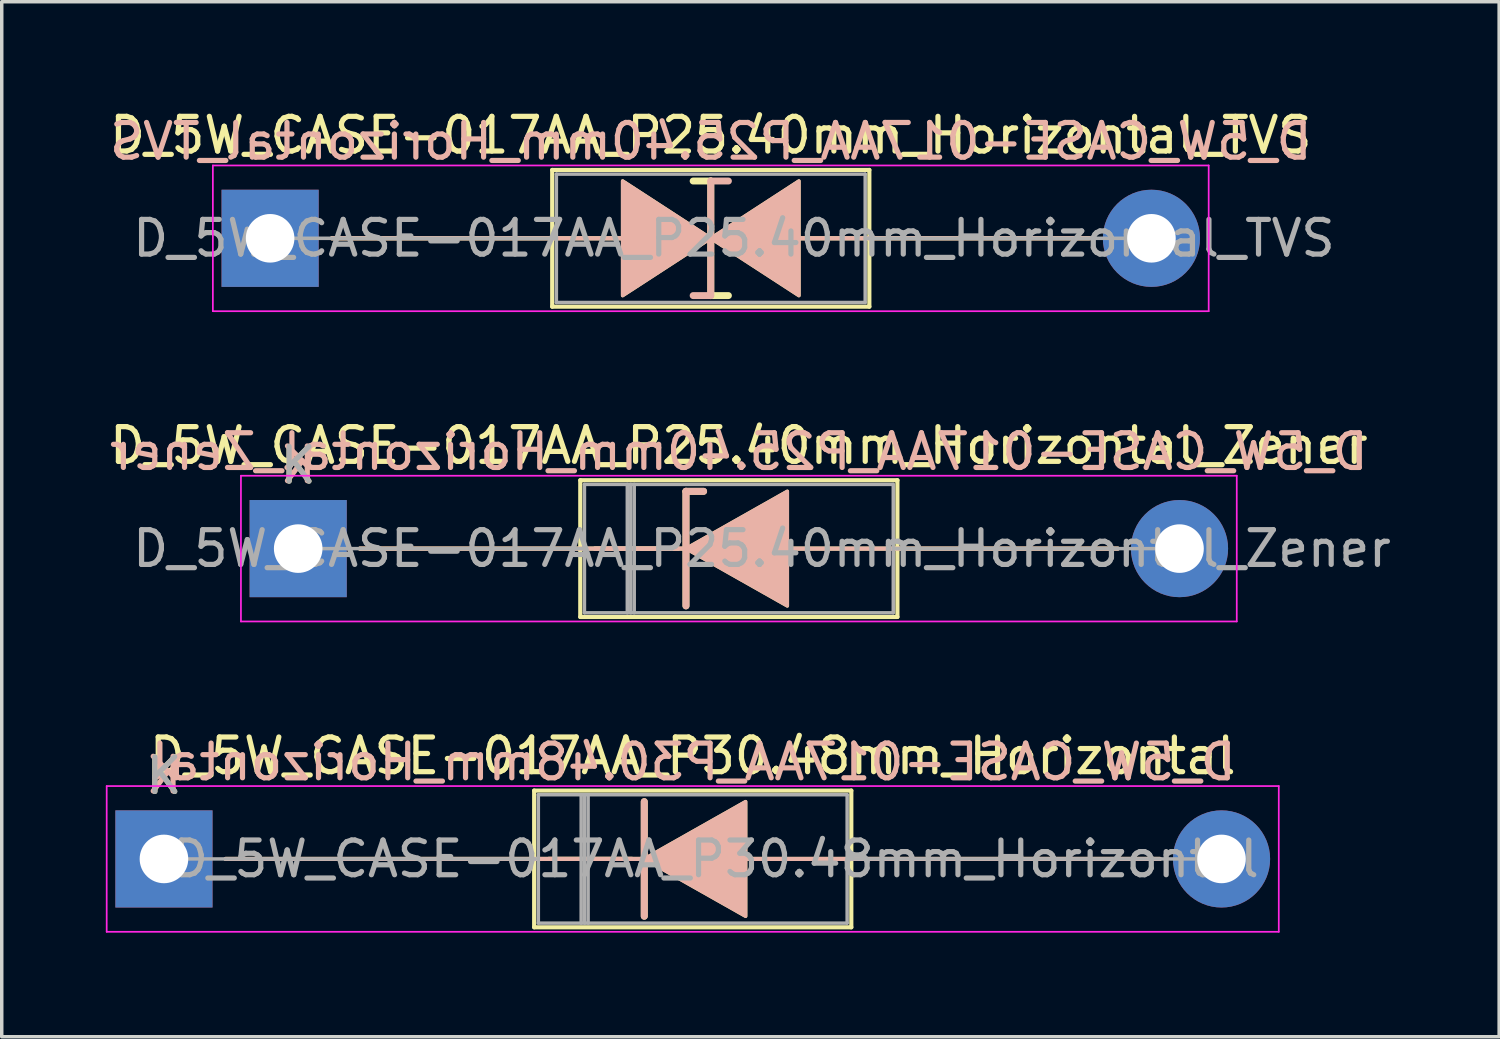
<source format=kicad_pcb>
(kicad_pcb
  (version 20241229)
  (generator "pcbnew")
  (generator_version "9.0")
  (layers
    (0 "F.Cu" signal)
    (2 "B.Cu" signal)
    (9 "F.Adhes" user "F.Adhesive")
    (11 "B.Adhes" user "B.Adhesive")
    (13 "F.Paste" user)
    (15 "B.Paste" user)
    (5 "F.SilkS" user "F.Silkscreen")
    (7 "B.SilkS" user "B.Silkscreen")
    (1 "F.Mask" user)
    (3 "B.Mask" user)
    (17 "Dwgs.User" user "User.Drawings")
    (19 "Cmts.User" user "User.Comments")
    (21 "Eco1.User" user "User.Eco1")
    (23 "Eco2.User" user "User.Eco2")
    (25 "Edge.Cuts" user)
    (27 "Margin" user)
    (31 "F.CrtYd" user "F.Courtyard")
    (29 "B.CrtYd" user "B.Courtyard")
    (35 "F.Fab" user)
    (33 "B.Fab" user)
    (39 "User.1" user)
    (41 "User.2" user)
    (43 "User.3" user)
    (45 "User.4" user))
  (footprint "D_5W_CASE-017AA_P25.40mm_Horizontal_Zener"
    (layer "F.Cu")
    (at 5.544 12.761)
    (property "Reference" "D_5W_CASE-017AA_P25.40mm_Horizontal_Zener" (at 12.7 -2.97 0) (layer "F.SilkS") (effects (font (size 1 1) (thickness 0.15))))
    (fp_line (start 1.778 0) (end 10.95 0) (stroke (width 0.12) (type solid)) (layer "F.SilkS"))
    (fp_line (start 8.13 -1.97) (end 8.13 1.97) (stroke (width 0.12) (type solid)) (layer "F.SilkS"))
    (fp_line (start 8.13 1.97) (end 17.27 1.97) (stroke (width 0.12) (type solid)) (layer "F.SilkS"))
    (fp_line (start 11.176 -1.651) (end 11.176 1.651) (stroke (width 0.2) (type solid)) (layer "F.SilkS"))
    (fp_line (start 11.176 -1.651) (end 11.684 -1.651) (stroke (width 0.2) (type solid)) (layer "F.SilkS"))
    (fp_line (start 11.176 0) (end 8.55 0) (stroke (width 0.12) (type solid)) (layer "F.SilkS"))
    (fp_line (start 17.27 -1.97) (end 8.13 -1.97) (stroke (width 0.12) (type solid)) (layer "F.SilkS"))
    (fp_line (start 17.27 1.97) (end 17.27 -1.97) (stroke (width 0.12) (type solid)) (layer "F.SilkS"))
    (fp_line (start 23.622 0) (end 13.97 0) (stroke (width 0.12) (type solid)) (layer "F.SilkS"))
    (fp_poly (pts (xy 14.097 1.651) (xy 11.176 0) (xy 14.097 -1.651)) (stroke (width 0.1) (type solid)) (fill yes) (layer "F.SilkS"))
    (fp_line (start 1.778 0) (end 10.95 0) (stroke (width 0.12) (type solid)) (layer "B.SilkS"))
    (fp_line (start 11.176 -1.651) (end 11.684 -1.651) (stroke (width 0.2) (type solid)) (layer "B.SilkS"))
    (fp_line (start 11.176 0) (end 8.55 0) (stroke (width 0.12) (type solid)) (layer "B.SilkS"))
    (fp_line (start 11.176 1.651) (end 11.176 -1.651) (stroke (width 0.2) (type solid)) (layer "B.SilkS"))
    (fp_line (start 23.622 0) (end 13.97 0) (stroke (width 0.12) (type solid)) (layer "B.SilkS"))
    (fp_poly (pts (xy 14.097 -1.651) (xy 11.176 0) (xy 14.097 1.651)) (stroke (width 0.1) (type solid)) (fill yes) (layer "B.SilkS"))
    (fp_line (start -1.65 -2.1) (end -1.65 2.1) (stroke (width 0.05) (type solid)) (layer "F.CrtYd"))
    (fp_line (start -1.65 2.1) (end 27.05 2.1) (stroke (width 0.05) (type solid)) (layer "F.CrtYd"))
    (fp_line (start 27.05 -2.1) (end -1.65 -2.1) (stroke (width 0.05) (type solid)) (layer "F.CrtYd"))
    (fp_line (start 27.05 2.1) (end 27.05 -2.1) (stroke (width 0.05) (type solid)) (layer "F.CrtYd"))
    (fp_line (start 0 0) (end 8.25 0) (stroke (width 0.1) (type solid)) (layer "F.Fab"))
    (fp_line (start 8.25 -1.85) (end 8.25 1.85) (stroke (width 0.1) (type solid)) (layer "F.Fab"))
    (fp_line (start 8.25 1.85) (end 17.15 1.85) (stroke (width 0.1) (type solid)) (layer "F.Fab"))
    (fp_line (start 9.485 -1.85) (end 9.485 1.85) (stroke (width 0.1) (type solid)) (layer "F.Fab"))
    (fp_line (start 9.585 -1.85) (end 9.585 1.85) (stroke (width 0.1) (type solid)) (layer "F.Fab"))
    (fp_line (start 9.685 -1.85) (end 9.685 1.85) (stroke (width 0.1) (type solid)) (layer "F.Fab"))
    (fp_line (start 17.15 -1.85) (end 8.25 -1.85) (stroke (width 0.1) (type solid)) (layer "F.Fab"))
    (fp_line (start 17.15 1.85) (end 17.15 -1.85) (stroke (width 0.1) (type solid)) (layer "F.Fab"))
    (fp_line (start 25.4 0) (end 17.15 0) (stroke (width 0.1) (type solid)) (layer "F.Fab"))
    (fp_text user "K" (at 0 -2.4 0) (layer "F.SilkS") (effects (font (size 1 1) (thickness 0.15))))
    (fp_text user "K" (at 0 -2.413 0) (layer "B.SilkS") (effects (font (size 1 1) (thickness 0.15)) (justify mirror)))
    (fp_text user "${REFERENCE}" (at 12.7 -2.794 0) (layer "B.SilkS") (effects (font (size 1 1) (thickness 0.15)) (justify mirror)))
    (fp_text user "${REFERENCE}" (at 13.367 0 0) (layer "F.Fab") (effects (font (size 1 1) (thickness 0.15))))
    (fp_text user "K" (at 0 -2.4 0) (layer "F.Fab") (effects (font (size 1 1) (thickness 0.15))))
    (pad "1" thru_hole rect (at 0 0) (size 2.8 2.8) (drill 1.4) (layers "*.Cu" "*.Mask"))
    (pad "2" thru_hole oval (at 25.4 0) (size 2.8 2.8) (drill 1.4) (layers "*.Cu" "*.Mask")))
  (footprint "D_5W_CASE-017AA_P25.40mm_Horizontal_TVS"
    (layer "F.Cu")
    (at 4.735 3.818)
    (property "Reference" "D_5W_CASE-017AA_P25.40mm_Horizontal_TVS" (at 12.7 -2.97 0) (layer "F.SilkS") (effects (font (size 1 1) (thickness 0.15))))
    (fp_line (start 1.778 0) (end 8.13 0) (stroke (width 0.12) (type solid)) (layer "F.SilkS"))
    (fp_line (start 8.128 0) (end 10.16 0) (stroke (width 0.12) (type solid)) (layer "F.SilkS"))
    (fp_line (start 8.13 -1.97) (end 8.13 1.97) (stroke (width 0.12) (type solid)) (layer "F.SilkS"))
    (fp_line (start 8.13 1.97) (end 17.27 1.97) (stroke (width 0.12) (type solid)) (layer "F.SilkS"))
    (fp_line (start 12.7 -1.651) (end 12.192 -1.651) (stroke (width 0.2) (type solid)) (layer "F.SilkS"))
    (fp_line (start 12.7 1.651) (end 12.7 -1.651) (stroke (width 0.2) (type solid)) (layer "F.SilkS"))
    (fp_line (start 13.208 1.651) (end 12.7 1.651) (stroke (width 0.2) (type solid)) (layer "F.SilkS"))
    (fp_line (start 17.27 -1.97) (end 8.13 -1.97) (stroke (width 0.12) (type solid)) (layer "F.SilkS"))
    (fp_line (start 17.27 0) (end 15.24 0) (stroke (width 0.12) (type solid)) (layer "F.SilkS"))
    (fp_line (start 17.27 1.97) (end 17.27 -1.97) (stroke (width 0.12) (type solid)) (layer "F.SilkS"))
    (fp_line (start 23.622 0) (end 17.27 0) (stroke (width 0.12) (type solid)) (layer "F.SilkS"))
    (fp_poly (pts (xy 12.7 0) (xy 10.16 1.651) (xy 10.16 -1.651)) (stroke (width 0.1) (type solid)) (fill yes) (layer "F.SilkS"))
    (fp_poly (pts (xy 12.7 0) (xy 15.24 -1.651) (xy 15.24 1.651)) (stroke (width 0.1) (type solid)) (fill yes) (layer "F.SilkS"))
    (fp_line (start 1.778 0) (end 8.13 0) (stroke (width 0.12) (type solid)) (layer "B.SilkS"))
    (fp_line (start 8.128 0) (end 10.16 0) (stroke (width 0.12) (type solid)) (layer "B.SilkS"))
    (fp_line (start 12.7 -1.651) (end 12.7 1.651) (stroke (width 0.2) (type solid)) (layer "B.SilkS"))
    (fp_line (start 12.7 1.651) (end 12.192 1.651) (stroke (width 0.2) (type solid)) (layer "B.SilkS"))
    (fp_line (start 13.208 -1.651) (end 12.7 -1.651) (stroke (width 0.2) (type solid)) (layer "B.SilkS"))
    (fp_line (start 17.27 0) (end 15.24 0) (stroke (width 0.12) (type solid)) (layer "B.SilkS"))
    (fp_line (start 23.622 0) (end 17.27 0) (stroke (width 0.12) (type solid)) (layer "B.SilkS"))
    (fp_poly (pts (xy 12.7 0) (xy 10.16 -1.651) (xy 10.16 1.651)) (stroke (width 0.1) (type solid)) (fill yes) (layer "B.SilkS"))
    (fp_poly (pts (xy 12.7 0) (xy 15.24 1.651) (xy 15.24 -1.651)) (stroke (width 0.1) (type solid)) (fill yes) (layer "B.SilkS"))
    (fp_line (start -1.65 -2.1) (end -1.65 2.1) (stroke (width 0.05) (type solid)) (layer "F.CrtYd"))
    (fp_line (start -1.65 2.1) (end 27.05 2.1) (stroke (width 0.05) (type solid)) (layer "F.CrtYd"))
    (fp_line (start 27.05 -2.1) (end -1.65 -2.1) (stroke (width 0.05) (type solid)) (layer "F.CrtYd"))
    (fp_line (start 27.05 2.1) (end 27.05 -2.1) (stroke (width 0.05) (type solid)) (layer "F.CrtYd"))
    (fp_line (start 0 0) (end 8.25 0) (stroke (width 0.1) (type solid)) (layer "F.Fab"))
    (fp_line (start 8.25 -1.85) (end 8.25 1.85) (stroke (width 0.1) (type solid)) (layer "F.Fab"))
    (fp_line (start 8.25 1.85) (end 17.15 1.85) (stroke (width 0.1) (type solid)) (layer "F.Fab"))
    (fp_line (start 17.15 -1.85) (end 8.25 -1.85) (stroke (width 0.1) (type solid)) (layer "F.Fab"))
    (fp_line (start 17.15 1.85) (end 17.15 -1.85) (stroke (width 0.1) (type solid)) (layer "F.Fab"))
    (fp_line (start 25.4 0) (end 17.15 0) (stroke (width 0.1) (type solid)) (layer "F.Fab"))
    (fp_text user "${REFERENCE}" (at 12.7 -2.794 0) (layer "B.SilkS") (effects (font (size 1 1) (thickness 0.15)) (justify mirror)))
    (fp_text user "${REFERENCE}" (at 13.367 0 0) (layer "F.Fab") (effects (font (size 1 1) (thickness 0.15))))
    (pad "1" thru_hole rect (at 0 0) (size 2.8 2.8) (drill 1.4) (layers "*.Cu" "*.Mask"))
    (pad "2" thru_hole oval (at 25.4 0) (size 2.8 2.8) (drill 1.4) (layers "*.Cu" "*.Mask")))
  (footprint "D_5W_CASE-017AA_P30.48mm_Horizontal"
    (layer "F.Cu")
    (at 1.675 21.705)
    (property "Reference" "D_5W_CASE-017AA_P30.48mm_Horizontal" (at 15.24 -2.97 0) (layer "F.SilkS") (effects (font (size 1 1) (thickness 0.15))))
    (fp_line (start 1.778 0) (end 13.843 0) (stroke (width 0.12) (type solid)) (layer "F.SilkS"))
    (fp_line (start 10.67 -1.97) (end 10.67 1.97) (stroke (width 0.12) (type solid)) (layer "F.SilkS"))
    (fp_line (start 10.67 1.97) (end 19.81 1.97) (stroke (width 0.12) (type solid)) (layer "F.SilkS"))
    (fp_line (start 13.49 0) (end 11.09 0) (stroke (width 0.12) (type solid)) (layer "F.SilkS"))
    (fp_line (start 13.843 -1.651) (end 13.843 1.651) (stroke (width 0.2) (type solid)) (layer "F.SilkS"))
    (fp_line (start 19.81 -1.97) (end 10.67 -1.97) (stroke (width 0.12) (type solid)) (layer "F.SilkS"))
    (fp_line (start 19.81 1.97) (end 19.81 -1.97) (stroke (width 0.12) (type solid)) (layer "F.SilkS"))
    (fp_line (start 28.702 0) (end 16.51 0) (stroke (width 0.12) (type solid)) (layer "F.SilkS"))
    (fp_poly (pts (xy 16.764 1.651) (xy 13.843 0) (xy 16.764 -1.651)) (stroke (width 0.1) (type solid)) (fill yes) (layer "F.SilkS"))
    (fp_line (start 1.778 0) (end 13.843 0) (stroke (width 0.12) (type solid)) (layer "B.SilkS"))
    (fp_line (start 13.49 0) (end 11.09 0) (stroke (width 0.12) (type solid)) (layer "B.SilkS"))
    (fp_line (start 13.843 1.651) (end 13.843 -1.651) (stroke (width 0.2) (type solid)) (layer "B.SilkS"))
    (fp_line (start 28.702 0) (end 16.51 0) (stroke (width 0.12) (type solid)) (layer "B.SilkS"))
    (fp_poly (pts (xy 16.764 -1.651) (xy 13.843 0) (xy 16.764 1.651)) (stroke (width 0.1) (type solid)) (fill yes) (layer "B.SilkS"))
    (fp_line (start -1.65 -2.1) (end -1.65 2.1) (stroke (width 0.05) (type solid)) (layer "F.CrtYd"))
    (fp_line (start -1.65 2.1) (end 32.13 2.1) (stroke (width 0.05) (type solid)) (layer "F.CrtYd"))
    (fp_line (start 32.13 -2.1) (end -1.65 -2.1) (stroke (width 0.05) (type solid)) (layer "F.CrtYd"))
    (fp_line (start 32.13 2.1) (end 32.13 -2.1) (stroke (width 0.05) (type solid)) (layer "F.CrtYd"))
    (fp_line (start 0 0) (end 10.79 0) (stroke (width 0.1) (type solid)) (layer "F.Fab"))
    (fp_line (start 10.79 -1.85) (end 10.79 1.85) (stroke (width 0.1) (type solid)) (layer "F.Fab"))
    (fp_line (start 10.79 1.85) (end 19.69 1.85) (stroke (width 0.1) (type solid)) (layer "F.Fab"))
    (fp_line (start 12.025 -1.85) (end 12.025 1.85) (stroke (width 0.1) (type solid)) (layer "F.Fab"))
    (fp_line (start 12.125 -1.85) (end 12.125 1.85) (stroke (width 0.1) (type solid)) (layer "F.Fab"))
    (fp_line (start 12.225 -1.85) (end 12.225 1.85) (stroke (width 0.1) (type solid)) (layer "F.Fab"))
    (fp_line (start 19.69 -1.85) (end 10.79 -1.85) (stroke (width 0.1) (type solid)) (layer "F.Fab"))
    (fp_line (start 19.69 1.85) (end 19.69 -1.85) (stroke (width 0.1) (type solid)) (layer "F.Fab"))
    (fp_line (start 30.48 0) (end 19.69 0) (stroke (width 0.1) (type solid)) (layer "F.Fab"))
    (fp_text user "K" (at 0 -2.4 0) (layer "F.SilkS") (effects (font (size 1 1) (thickness 0.15))))
    (fp_text user "K" (at 0 -2.413 0) (layer "B.SilkS") (effects (font (size 1 1) (thickness 0.15)) (justify mirror)))
    (fp_text user "${REFERENCE}" (at 15.24 -2.794 0) (layer "B.SilkS") (effects (font (size 1 1) (thickness 0.15)) (justify mirror)))
    (fp_text user "${REFERENCE}" (at 15.908 0 0) (layer "F.Fab") (effects (font (size 1 1) (thickness 0.15))))
    (fp_text user "K" (at 0 -2.4 0) (layer "F.Fab") (effects (font (size 1 1) (thickness 0.15))))
    (pad "1" thru_hole rect (at 0 0) (size 2.8 2.8) (drill 1.4) (layers "*.Cu" "*.Mask"))
    (pad "2" thru_hole oval (at 30.48 0) (size 2.8 2.8) (drill 1.4) (layers "*.Cu" "*.Mask")))
  (gr_rect
    (start -3 -3)
    (end 40.156 26.83)
    (stroke (width 0.1) (type default))
    (fill no)
    (layer "Edge.Cuts")))
</source>
